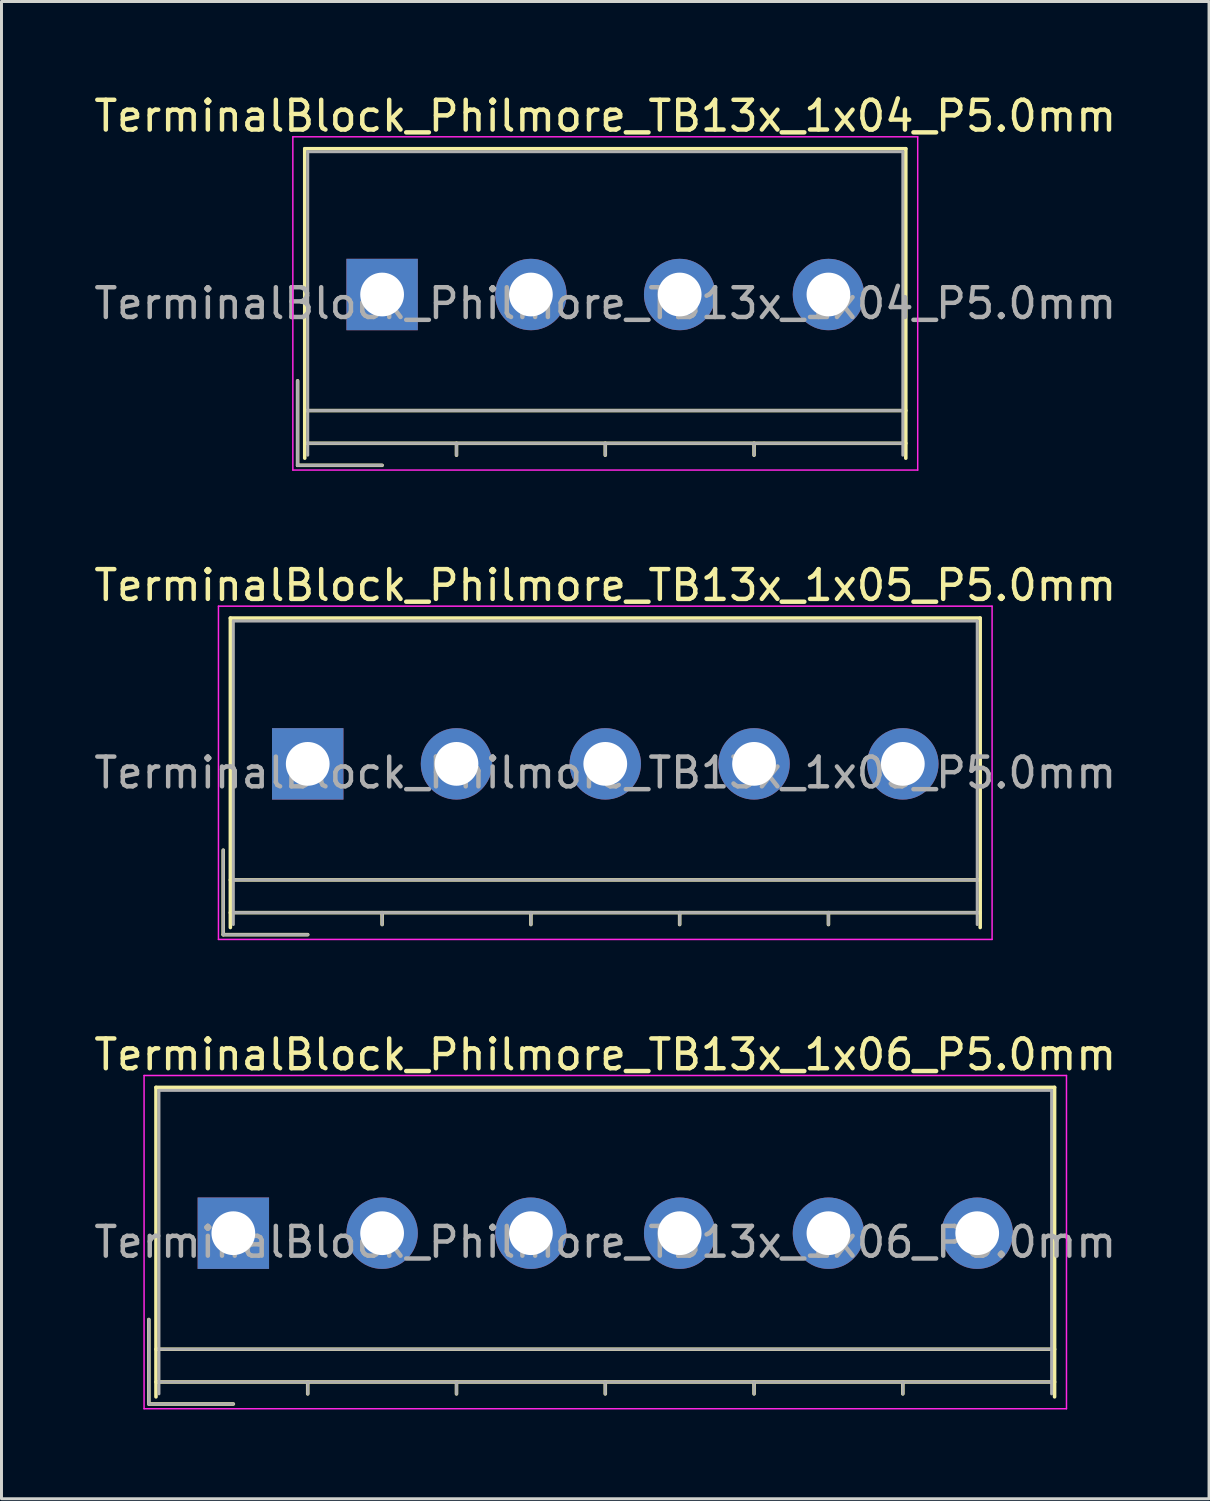
<source format=kicad_pcb>
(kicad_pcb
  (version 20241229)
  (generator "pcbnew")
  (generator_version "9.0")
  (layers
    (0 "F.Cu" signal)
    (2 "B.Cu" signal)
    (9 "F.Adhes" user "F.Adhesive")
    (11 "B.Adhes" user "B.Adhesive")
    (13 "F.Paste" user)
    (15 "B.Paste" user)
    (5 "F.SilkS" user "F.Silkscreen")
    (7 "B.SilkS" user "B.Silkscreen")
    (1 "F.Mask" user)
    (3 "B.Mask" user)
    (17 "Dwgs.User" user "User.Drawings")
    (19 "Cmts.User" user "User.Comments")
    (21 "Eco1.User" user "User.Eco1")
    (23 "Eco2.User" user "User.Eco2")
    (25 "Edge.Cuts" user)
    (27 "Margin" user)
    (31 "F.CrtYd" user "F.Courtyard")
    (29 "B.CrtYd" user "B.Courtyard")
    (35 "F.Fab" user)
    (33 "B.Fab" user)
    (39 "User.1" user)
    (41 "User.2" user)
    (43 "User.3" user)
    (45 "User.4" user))
  (footprint "TerminalBlock_Philmore_TB13x_1x06_P5.0mm"
    (layer "F.Cu")
    (at 4.792 38.395)
    (property "Reference" "TerminalBlock_Philmore_TB13x_1x06_P5.0mm" (at 12.5 -6 0) (layer "F.SilkS") (effects (font (size 1 1) (thickness 0.15))))
    (attr through_hole)
    (fp_line (start -2.84 2.9) (end -2.84 5.74) (stroke (width 0.12) (type solid)) (layer "F.SilkS"))
    (fp_line (start -2.84 5.74) (end 0 5.74) (stroke (width 0.12) (type solid)) (layer "F.SilkS"))
    (fp_line (start -2.6 -4.9) (end 27.6 -4.9) (stroke (width 0.12) (type solid)) (layer "F.SilkS"))
    (fp_line (start -2.6 3.9) (end 27.6 3.9) (stroke (width 0.12) (type solid)) (layer "F.SilkS"))
    (fp_line (start -2.6 5) (end 27.6 5) (stroke (width 0.12) (type solid)) (layer "F.SilkS"))
    (fp_line (start -2.6 5.5) (end -2.6 -4.9) (stroke (width 0.12) (type solid)) (layer "F.SilkS"))
    (fp_line (start 2.5 5) (end 2.5 5.4) (stroke (width 0.12) (type solid)) (layer "F.SilkS"))
    (fp_line (start 7.5 5) (end 7.5 5.4) (stroke (width 0.12) (type solid)) (layer "F.SilkS"))
    (fp_line (start 12.5 5) (end 12.5 5.4) (stroke (width 0.12) (type solid)) (layer "F.SilkS"))
    (fp_line (start 17.5 5) (end 17.5 5.4) (stroke (width 0.12) (type solid)) (layer "F.SilkS"))
    (fp_line (start 22.5 5) (end 22.5 5.4) (stroke (width 0.12) (type solid)) (layer "F.SilkS"))
    (fp_line (start 27.6 -4.9) (end 27.6 5.5) (stroke (width 0.12) (type solid)) (layer "F.SilkS"))
    (fp_line (start -3 -5.3) (end -3 5.9) (stroke (width 0.05) (type solid)) (layer "F.CrtYd"))
    (fp_line (start -3 5.9) (end 28 5.9) (stroke (width 0.05) (type solid)) (layer "F.CrtYd"))
    (fp_line (start 28 -5.3) (end -3 -5.3) (stroke (width 0.05) (type solid)) (layer "F.CrtYd"))
    (fp_line (start 28 5.9) (end 28 -5.3) (stroke (width 0.05) (type solid)) (layer "F.CrtYd"))
    (fp_line (start -2.84 2.9) (end -2.84 5.74) (stroke (width 0.1) (type solid)) (layer "F.Fab"))
    (fp_line (start -2.84 5.74) (end 0 5.74) (stroke (width 0.1) (type solid)) (layer "F.Fab"))
    (fp_line (start -2.5 -4.8) (end 27.5 -4.8) (stroke (width 0.1) (type solid)) (layer "F.Fab"))
    (fp_line (start -2.5 3.9) (end 27.5 3.9) (stroke (width 0.1) (type solid)) (layer "F.Fab"))
    (fp_line (start -2.5 5) (end 27.5 5) (stroke (width 0.1) (type solid)) (layer "F.Fab"))
    (fp_line (start -2.5 5.4) (end -2.5 -4.8) (stroke (width 0.1) (type solid)) (layer "F.Fab"))
    (fp_line (start 2.5 5) (end 2.5 5.4) (stroke (width 0.1) (type solid)) (layer "F.Fab"))
    (fp_line (start 7.5 5) (end 7.5 5.4) (stroke (width 0.1) (type solid)) (layer "F.Fab"))
    (fp_line (start 12.5 5) (end 12.5 5.4) (stroke (width 0.1) (type solid)) (layer "F.Fab"))
    (fp_line (start 17.5 5) (end 17.5 5.4) (stroke (width 0.1) (type solid)) (layer "F.Fab"))
    (fp_line (start 22.5 5) (end 22.5 5.4) (stroke (width 0.1) (type solid)) (layer "F.Fab"))
    (fp_line (start 27.5 -4.8) (end 27.5 5.4) (stroke (width 0.1) (type solid)) (layer "F.Fab"))
    (fp_text user "${REFERENCE}" (at 12.5 0.3 0) (layer "F.Fab") (effects (font (size 1 1) (thickness 0.15))))
    (pad "1" thru_hole rect (at 0 0) (size 2.4 2.4) (drill 1.47) (layers "*.Cu" "*.Mask"))
    (pad "2" thru_hole circle (at 5 0) (size 2.4 2.4) (drill 1.47) (layers "*.Cu" "*.Mask"))
    (pad "3" thru_hole circle (at 10 0) (size 2.4 2.4) (drill 1.47) (layers "*.Cu" "*.Mask"))
    (pad "4" thru_hole circle (at 15 0) (size 2.4 2.4) (drill 1.47) (layers "*.Cu" "*.Mask"))
    (pad "5" thru_hole circle (at 20 0) (size 2.4 2.4) (drill 1.47) (layers "*.Cu" "*.Mask"))
    (pad "6" thru_hole circle (at 25 0) (size 2.4 2.4) (drill 1.47) (layers "*.Cu" "*.Mask")))
  (footprint "TerminalBlock_Philmore_TB13x_1x05_P5.0mm"
    (layer "F.Cu")
    (at 7.292 22.622)
    (property "Reference" "TerminalBlock_Philmore_TB13x_1x05_P5.0mm" (at 10 -6 0) (layer "F.SilkS") (effects (font (size 1 1) (thickness 0.15))))
    (attr through_hole)
    (fp_line (start -2.84 2.9) (end -2.84 5.74) (stroke (width 0.12) (type solid)) (layer "F.SilkS"))
    (fp_line (start -2.84 5.74) (end 0 5.74) (stroke (width 0.12) (type solid)) (layer "F.SilkS"))
    (fp_line (start -2.6 -4.9) (end 22.6 -4.9) (stroke (width 0.12) (type solid)) (layer "F.SilkS"))
    (fp_line (start -2.6 3.9) (end 22.6 3.9) (stroke (width 0.12) (type solid)) (layer "F.SilkS"))
    (fp_line (start -2.6 5) (end 22.6 5) (stroke (width 0.12) (type solid)) (layer "F.SilkS"))
    (fp_line (start -2.6 5.5) (end -2.6 -4.9) (stroke (width 0.12) (type solid)) (layer "F.SilkS"))
    (fp_line (start 2.5 5) (end 2.5 5.4) (stroke (width 0.12) (type solid)) (layer "F.SilkS"))
    (fp_line (start 7.5 5) (end 7.5 5.4) (stroke (width 0.12) (type solid)) (layer "F.SilkS"))
    (fp_line (start 12.5 5) (end 12.5 5.4) (stroke (width 0.12) (type solid)) (layer "F.SilkS"))
    (fp_line (start 17.5 5) (end 17.5 5.4) (stroke (width 0.12) (type solid)) (layer "F.SilkS"))
    (fp_line (start 22.6 -4.9) (end 22.6 5.5) (stroke (width 0.12) (type solid)) (layer "F.SilkS"))
    (fp_line (start -3 -5.3) (end -3 5.9) (stroke (width 0.05) (type solid)) (layer "F.CrtYd"))
    (fp_line (start -3 5.9) (end 23 5.9) (stroke (width 0.05) (type solid)) (layer "F.CrtYd"))
    (fp_line (start 23 -5.3) (end -3 -5.3) (stroke (width 0.05) (type solid)) (layer "F.CrtYd"))
    (fp_line (start 23 5.9) (end 23 -5.3) (stroke (width 0.05) (type solid)) (layer "F.CrtYd"))
    (fp_line (start -2.84 2.9) (end -2.84 5.74) (stroke (width 0.1) (type solid)) (layer "F.Fab"))
    (fp_line (start -2.84 5.74) (end 0 5.74) (stroke (width 0.1) (type solid)) (layer "F.Fab"))
    (fp_line (start -2.5 -4.8) (end 22.5 -4.8) (stroke (width 0.1) (type solid)) (layer "F.Fab"))
    (fp_line (start -2.5 3.9) (end 22.5 3.9) (stroke (width 0.1) (type solid)) (layer "F.Fab"))
    (fp_line (start -2.5 5) (end 22.5 5) (stroke (width 0.1) (type solid)) (layer "F.Fab"))
    (fp_line (start -2.5 5.4) (end -2.5 -4.8) (stroke (width 0.1) (type solid)) (layer "F.Fab"))
    (fp_line (start 2.5 5) (end 2.5 5.4) (stroke (width 0.1) (type solid)) (layer "F.Fab"))
    (fp_line (start 7.5 5) (end 7.5 5.4) (stroke (width 0.1) (type solid)) (layer "F.Fab"))
    (fp_line (start 12.5 5) (end 12.5 5.4) (stroke (width 0.1) (type solid)) (layer "F.Fab"))
    (fp_line (start 17.5 5) (end 17.5 5.4) (stroke (width 0.1) (type solid)) (layer "F.Fab"))
    (fp_line (start 22.5 -4.8) (end 22.5 5.4) (stroke (width 0.1) (type solid)) (layer "F.Fab"))
    (fp_text user "${REFERENCE}" (at 10 0.3 0) (layer "F.Fab") (effects (font (size 1 1) (thickness 0.15))))
    (pad "1" thru_hole rect (at 0 0) (size 2.4 2.4) (drill 1.47) (layers "*.Cu" "*.Mask"))
    (pad "2" thru_hole circle (at 5 0) (size 2.4 2.4) (drill 1.47) (layers "*.Cu" "*.Mask"))
    (pad "3" thru_hole circle (at 10 0) (size 2.4 2.4) (drill 1.47) (layers "*.Cu" "*.Mask"))
    (pad "4" thru_hole circle (at 15 0) (size 2.4 2.4) (drill 1.47) (layers "*.Cu" "*.Mask"))
    (pad "5" thru_hole circle (at 20 0) (size 2.4 2.4) (drill 1.47) (layers "*.Cu" "*.Mask")))
  (footprint "TerminalBlock_Philmore_TB13x_1x04_P5.0mm"
    (layer "F.Cu")
    (at 9.792 6.848)
    (property "Reference" "TerminalBlock_Philmore_TB13x_1x04_P5.0mm" (at 7.5 -6 0) (layer "F.SilkS") (effects (font (size 1 1) (thickness 0.15))))
    (attr through_hole)
    (fp_line (start -2.84 2.9) (end -2.84 5.74) (stroke (width 0.12) (type solid)) (layer "F.SilkS"))
    (fp_line (start -2.84 5.74) (end 0 5.74) (stroke (width 0.12) (type solid)) (layer "F.SilkS"))
    (fp_line (start -2.6 -4.9) (end 17.6 -4.9) (stroke (width 0.12) (type solid)) (layer "F.SilkS"))
    (fp_line (start -2.6 3.9) (end 17.6 3.9) (stroke (width 0.12) (type solid)) (layer "F.SilkS"))
    (fp_line (start -2.6 5) (end 17.6 5) (stroke (width 0.12) (type solid)) (layer "F.SilkS"))
    (fp_line (start -2.6 5.5) (end -2.6 -4.9) (stroke (width 0.12) (type solid)) (layer "F.SilkS"))
    (fp_line (start 2.5 5) (end 2.5 5.4) (stroke (width 0.12) (type solid)) (layer "F.SilkS"))
    (fp_line (start 7.5 5) (end 7.5 5.4) (stroke (width 0.12) (type solid)) (layer "F.SilkS"))
    (fp_line (start 12.5 5) (end 12.5 5.4) (stroke (width 0.12) (type solid)) (layer "F.SilkS"))
    (fp_line (start 17.6 -4.9) (end 17.6 5.5) (stroke (width 0.12) (type solid)) (layer "F.SilkS"))
    (fp_line (start -3 -5.3) (end -3 5.9) (stroke (width 0.05) (type solid)) (layer "F.CrtYd"))
    (fp_line (start -3 5.9) (end 18 5.9) (stroke (width 0.05) (type solid)) (layer "F.CrtYd"))
    (fp_line (start 18 -5.3) (end -3 -5.3) (stroke (width 0.05) (type solid)) (layer "F.CrtYd"))
    (fp_line (start 18 5.9) (end 18 -5.3) (stroke (width 0.05) (type solid)) (layer "F.CrtYd"))
    (fp_line (start -2.84 2.9) (end -2.84 5.74) (stroke (width 0.1) (type solid)) (layer "F.Fab"))
    (fp_line (start -2.84 5.74) (end 0 5.74) (stroke (width 0.1) (type solid)) (layer "F.Fab"))
    (fp_line (start -2.5 -4.8) (end 17.5 -4.8) (stroke (width 0.1) (type solid)) (layer "F.Fab"))
    (fp_line (start -2.5 3.9) (end 17.5 3.9) (stroke (width 0.1) (type solid)) (layer "F.Fab"))
    (fp_line (start -2.5 5) (end 17.5 5) (stroke (width 0.1) (type solid)) (layer "F.Fab"))
    (fp_line (start -2.5 5.4) (end -2.5 -4.8) (stroke (width 0.1) (type solid)) (layer "F.Fab"))
    (fp_line (start 2.5 5) (end 2.5 5.4) (stroke (width 0.1) (type solid)) (layer "F.Fab"))
    (fp_line (start 7.5 5) (end 7.5 5.4) (stroke (width 0.1) (type solid)) (layer "F.Fab"))
    (fp_line (start 12.5 5) (end 12.5 5.4) (stroke (width 0.1) (type solid)) (layer "F.Fab"))
    (fp_line (start 17.5 -4.8) (end 17.5 5.4) (stroke (width 0.1) (type solid)) (layer "F.Fab"))
    (fp_text user "${REFERENCE}" (at 7.5 0.3 0) (layer "F.Fab") (effects (font (size 1 1) (thickness 0.15))))
    (pad "1" thru_hole rect (at 0 0) (size 2.4 2.4) (drill 1.47) (layers "*.Cu" "*.Mask"))
    (pad "2" thru_hole circle (at 5 0) (size 2.4 2.4) (drill 1.47) (layers "*.Cu" "*.Mask"))
    (pad "3" thru_hole circle (at 10 0) (size 2.4 2.4) (drill 1.47) (layers "*.Cu" "*.Mask"))
    (pad "4" thru_hole circle (at 15 0) (size 2.4 2.4) (drill 1.47) (layers "*.Cu" "*.Mask")))
  (gr_rect
    (start -3 -3)
    (end 37.583 47.32)
    (stroke (width 0.1) (type default))
    (fill no)
    (layer "Edge.Cuts")))
</source>
